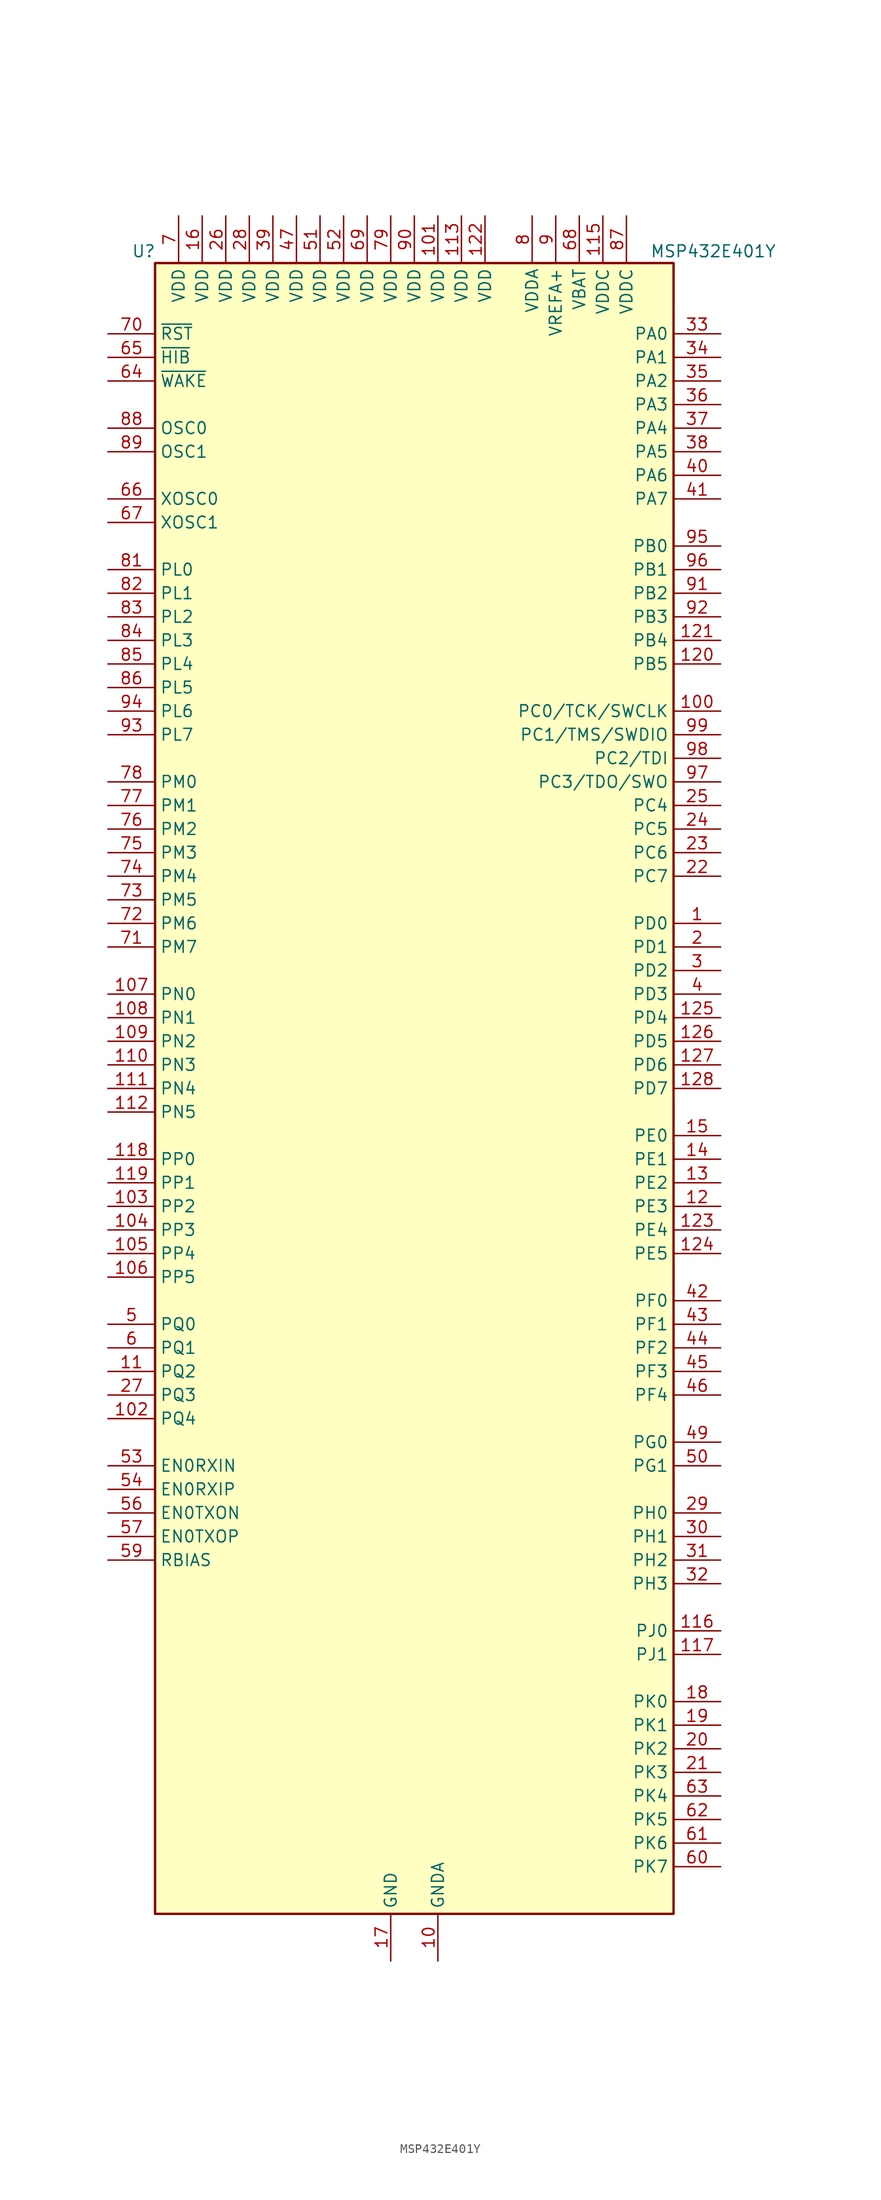
<source format=kicad_sym>
(kicad_symbol_lib
  (version 20201005)
  (generator kicad_symbol_editor)
  (symbol "MSP432E401Y"
    (property "Reference" "U"
      (at -30.48 90.17 0)
      (effects (font (size 1.27 1.27)) (justify left)))
    (property "Value" "MSP432E401Y"
      (at 25.4 90.17 0)
      (effects (font (size 1.27 1.27)) (justify left)))
    (symbol "MSP432E401Y_1_1"
      (rectangle (start -27.94 -88.9) (end 27.94 88.9) (stroke (width 0.254)) (fill (type background)))
      (pin bidirectional line (at 33.02 17.78 180) (length 5.08) (name "PD0" (effects (font (size 1.27 1.27)))) (number "1" (effects (font (size 1.27 1.27)))))
      (pin power_in line (at 2.54 -93.98 90) (length 5.08) (name "GNDA" (effects (font (size 1.27 1.27)))) (number "10" (effects (font (size 1.27 1.27)))))
      (pin bidirectional line (at 33.02 40.64 180) (length 5.08) (name "PC0/TCK/SWCLK" (effects (font (size 1.27 1.27)))) (number "100" (effects (font (size 1.27 1.27)))))
      (pin power_in line (at 2.54 93.98 270) (length 5.08) (name "VDD" (effects (font (size 1.27 1.27)))) (number "101" (effects (font (size 1.27 1.27)))))
      (pin bidirectional line (at -33.02 -35.56 0) (length 5.08) (name "PQ4" (effects (font (size 1.27 1.27)))) (number "102" (effects (font (size 1.27 1.27)))))
      (pin bidirectional line (at -33.02 -12.7 0) (length 5.08) (name "PP2" (effects (font (size 1.27 1.27)))) (number "103" (effects (font (size 1.27 1.27)))))
      (pin bidirectional line (at -33.02 -15.24 0) (length 5.08) (name "PP3" (effects (font (size 1.27 1.27)))) (number "104" (effects (font (size 1.27 1.27)))))
      (pin bidirectional line (at -33.02 -17.78 0) (length 5.08) (name "PP4" (effects (font (size 1.27 1.27)))) (number "105" (effects (font (size 1.27 1.27)))))
      (pin bidirectional line (at -33.02 -20.32 0) (length 5.08) (name "PP5" (effects (font (size 1.27 1.27)))) (number "106" (effects (font (size 1.27 1.27)))))
      (pin bidirectional line (at -33.02 10.16 0) (length 5.08) (name "PN0" (effects (font (size 1.27 1.27)))) (number "107" (effects (font (size 1.27 1.27)))))
      (pin bidirectional line (at -33.02 7.62 0) (length 5.08) (name "PN1" (effects (font (size 1.27 1.27)))) (number "108" (effects (font (size 1.27 1.27)))))
      (pin bidirectional line (at -33.02 5.08 0) (length 5.08) (name "PN2" (effects (font (size 1.27 1.27)))) (number "109" (effects (font (size 1.27 1.27)))))
      (pin bidirectional line (at -33.02 -30.48 0) (length 5.08) (name "PQ2" (effects (font (size 1.27 1.27)))) (number "11" (effects (font (size 1.27 1.27)))))
      (pin bidirectional line (at -33.02 2.54 0) (length 5.08) (name "PN3" (effects (font (size 1.27 1.27)))) (number "110" (effects (font (size 1.27 1.27)))))
      (pin bidirectional line (at -33.02 0 0) (length 5.08) (name "PN4" (effects (font (size 1.27 1.27)))) (number "111" (effects (font (size 1.27 1.27)))))
      (pin bidirectional line (at -33.02 -2.54 0) (length 5.08) (name "PN5" (effects (font (size 1.27 1.27)))) (number "112" (effects (font (size 1.27 1.27)))))
      (pin power_in line (at 5.08 93.98 270) (length 5.08) (name "VDD" (effects (font (size 1.27 1.27)))) (number "113" (effects (font (size 1.27 1.27)))))
      (pin passive line (at -2.54 -93.98 90) (length 5.08) hide (name "GND" (effects (font (size 1.27 1.27)))) (number "114" (effects (font (size 1.27 1.27)))))
      (pin power_in line (at 20.32 93.98 270) (length 5.08) (name "VDDC" (effects (font (size 1.27 1.27)))) (number "115" (effects (font (size 1.27 1.27)))))
      (pin bidirectional line (at 33.02 -58.42 180) (length 5.08) (name "PJ0" (effects (font (size 1.27 1.27)))) (number "116" (effects (font (size 1.27 1.27)))))
      (pin bidirectional line (at 33.02 -60.96 180) (length 5.08) (name "PJ1" (effects (font (size 1.27 1.27)))) (number "117" (effects (font (size 1.27 1.27)))))
      (pin bidirectional line (at -33.02 -7.62 0) (length 5.08) (name "PP0" (effects (font (size 1.27 1.27)))) (number "118" (effects (font (size 1.27 1.27)))))
      (pin bidirectional line (at -33.02 -10.16 0) (length 5.08) (name "PP1" (effects (font (size 1.27 1.27)))) (number "119" (effects (font (size 1.27 1.27)))))
      (pin bidirectional line (at 33.02 -12.7 180) (length 5.08) (name "PE3" (effects (font (size 1.27 1.27)))) (number "12" (effects (font (size 1.27 1.27)))))
      (pin bidirectional line (at 33.02 45.72 180) (length 5.08) (name "PB5" (effects (font (size 1.27 1.27)))) (number "120" (effects (font (size 1.27 1.27)))))
      (pin bidirectional line (at 33.02 48.26 180) (length 5.08) (name "PB4" (effects (font (size 1.27 1.27)))) (number "121" (effects (font (size 1.27 1.27)))))
      (pin power_in line (at 7.62 93.98 270) (length 5.08) (name "VDD" (effects (font (size 1.27 1.27)))) (number "122" (effects (font (size 1.27 1.27)))))
      (pin bidirectional line (at 33.02 -15.24 180) (length 5.08) (name "PE4" (effects (font (size 1.27 1.27)))) (number "123" (effects (font (size 1.27 1.27)))))
      (pin bidirectional line (at 33.02 -17.78 180) (length 5.08) (name "PE5" (effects (font (size 1.27 1.27)))) (number "124" (effects (font (size 1.27 1.27)))))
      (pin bidirectional line (at 33.02 7.62 180) (length 5.08) (name "PD4" (effects (font (size 1.27 1.27)))) (number "125" (effects (font (size 1.27 1.27)))))
      (pin bidirectional line (at 33.02 5.08 180) (length 5.08) (name "PD5" (effects (font (size 1.27 1.27)))) (number "126" (effects (font (size 1.27 1.27)))))
      (pin bidirectional line (at 33.02 2.54 180) (length 5.08) (name "PD6" (effects (font (size 1.27 1.27)))) (number "127" (effects (font (size 1.27 1.27)))))
      (pin bidirectional line (at 33.02 0 180) (length 5.08) (name "PD7" (effects (font (size 1.27 1.27)))) (number "128" (effects (font (size 1.27 1.27)))))
      (pin bidirectional line (at 33.02 -10.16 180) (length 5.08) (name "PE2" (effects (font (size 1.27 1.27)))) (number "13" (effects (font (size 1.27 1.27)))))
      (pin bidirectional line (at 33.02 -7.62 180) (length 5.08) (name "PE1" (effects (font (size 1.27 1.27)))) (number "14" (effects (font (size 1.27 1.27)))))
      (pin bidirectional line (at 33.02 -5.08 180) (length 5.08) (name "PE0" (effects (font (size 1.27 1.27)))) (number "15" (effects (font (size 1.27 1.27)))))
      (pin power_in line (at -22.86 93.98 270) (length 5.08) (name "VDD" (effects (font (size 1.27 1.27)))) (number "16" (effects (font (size 1.27 1.27)))))
      (pin power_in line (at -2.54 -93.98 90) (length 5.08) (name "GND" (effects (font (size 1.27 1.27)))) (number "17" (effects (font (size 1.27 1.27)))))
      (pin bidirectional line (at 33.02 -66.04 180) (length 5.08) (name "PK0" (effects (font (size 1.27 1.27)))) (number "18" (effects (font (size 1.27 1.27)))))
      (pin bidirectional line (at 33.02 -68.58 180) (length 5.08) (name "PK1" (effects (font (size 1.27 1.27)))) (number "19" (effects (font (size 1.27 1.27)))))
      (pin bidirectional line (at 33.02 15.24 180) (length 5.08) (name "PD1" (effects (font (size 1.27 1.27)))) (number "2" (effects (font (size 1.27 1.27)))))
      (pin bidirectional line (at 33.02 -71.12 180) (length 5.08) (name "PK2" (effects (font (size 1.27 1.27)))) (number "20" (effects (font (size 1.27 1.27)))))
      (pin bidirectional line (at 33.02 -73.66 180) (length 5.08) (name "PK3" (effects (font (size 1.27 1.27)))) (number "21" (effects (font (size 1.27 1.27)))))
      (pin bidirectional line (at 33.02 22.86 180) (length 5.08) (name "PC7" (effects (font (size 1.27 1.27)))) (number "22" (effects (font (size 1.27 1.27)))))
      (pin bidirectional line (at 33.02 25.4 180) (length 5.08) (name "PC6" (effects (font (size 1.27 1.27)))) (number "23" (effects (font (size 1.27 1.27)))))
      (pin bidirectional line (at 33.02 27.94 180) (length 5.08) (name "PC5" (effects (font (size 1.27 1.27)))) (number "24" (effects (font (size 1.27 1.27)))))
      (pin bidirectional line (at 33.02 30.48 180) (length 5.08) (name "PC4" (effects (font (size 1.27 1.27)))) (number "25" (effects (font (size 1.27 1.27)))))
      (pin power_in line (at -20.32 93.98 270) (length 5.08) (name "VDD" (effects (font (size 1.27 1.27)))) (number "26" (effects (font (size 1.27 1.27)))))
      (pin bidirectional line (at -33.02 -33.02 0) (length 5.08) (name "PQ3" (effects (font (size 1.27 1.27)))) (number "27" (effects (font (size 1.27 1.27)))))
      (pin power_in line (at -17.78 93.98 270) (length 5.08) (name "VDD" (effects (font (size 1.27 1.27)))) (number "28" (effects (font (size 1.27 1.27)))))
      (pin bidirectional line (at 33.02 -45.72 180) (length 5.08) (name "PH0" (effects (font (size 1.27 1.27)))) (number "29" (effects (font (size 1.27 1.27)))))
      (pin bidirectional line (at 33.02 12.7 180) (length 5.08) (name "PD2" (effects (font (size 1.27 1.27)))) (number "3" (effects (font (size 1.27 1.27)))))
      (pin bidirectional line (at 33.02 -48.26 180) (length 5.08) (name "PH1" (effects (font (size 1.27 1.27)))) (number "30" (effects (font (size 1.27 1.27)))))
      (pin bidirectional line (at 33.02 -50.8 180) (length 5.08) (name "PH2" (effects (font (size 1.27 1.27)))) (number "31" (effects (font (size 1.27 1.27)))))
      (pin bidirectional line (at 33.02 -53.34 180) (length 5.08) (name "PH3" (effects (font (size 1.27 1.27)))) (number "32" (effects (font (size 1.27 1.27)))))
      (pin bidirectional line (at 33.02 81.28 180) (length 5.08) (name "PA0" (effects (font (size 1.27 1.27)))) (number "33" (effects (font (size 1.27 1.27)))))
      (pin bidirectional line (at 33.02 78.74 180) (length 5.08) (name "PA1" (effects (font (size 1.27 1.27)))) (number "34" (effects (font (size 1.27 1.27)))))
      (pin bidirectional line (at 33.02 76.2 180) (length 5.08) (name "PA2" (effects (font (size 1.27 1.27)))) (number "35" (effects (font (size 1.27 1.27)))))
      (pin bidirectional line (at 33.02 73.66 180) (length 5.08) (name "PA3" (effects (font (size 1.27 1.27)))) (number "36" (effects (font (size 1.27 1.27)))))
      (pin bidirectional line (at 33.02 71.12 180) (length 5.08) (name "PA4" (effects (font (size 1.27 1.27)))) (number "37" (effects (font (size 1.27 1.27)))))
      (pin bidirectional line (at 33.02 68.58 180) (length 5.08) (name "PA5" (effects (font (size 1.27 1.27)))) (number "38" (effects (font (size 1.27 1.27)))))
      (pin power_in line (at -15.24 93.98 270) (length 5.08) (name "VDD" (effects (font (size 1.27 1.27)))) (number "39" (effects (font (size 1.27 1.27)))))
      (pin bidirectional line (at 33.02 10.16 180) (length 5.08) (name "PD3" (effects (font (size 1.27 1.27)))) (number "4" (effects (font (size 1.27 1.27)))))
      (pin bidirectional line (at 33.02 66.04 180) (length 5.08) (name "PA6" (effects (font (size 1.27 1.27)))) (number "40" (effects (font (size 1.27 1.27)))))
      (pin bidirectional line (at 33.02 63.5 180) (length 5.08) (name "PA7" (effects (font (size 1.27 1.27)))) (number "41" (effects (font (size 1.27 1.27)))))
      (pin bidirectional line (at 33.02 -22.86 180) (length 5.08) (name "PF0" (effects (font (size 1.27 1.27)))) (number "42" (effects (font (size 1.27 1.27)))))
      (pin bidirectional line (at 33.02 -25.4 180) (length 5.08) (name "PF1" (effects (font (size 1.27 1.27)))) (number "43" (effects (font (size 1.27 1.27)))))
      (pin bidirectional line (at 33.02 -27.94 180) (length 5.08) (name "PF2" (effects (font (size 1.27 1.27)))) (number "44" (effects (font (size 1.27 1.27)))))
      (pin bidirectional line (at 33.02 -30.48 180) (length 5.08) (name "PF3" (effects (font (size 1.27 1.27)))) (number "45" (effects (font (size 1.27 1.27)))))
      (pin bidirectional line (at 33.02 -33.02 180) (length 5.08) (name "PF4" (effects (font (size 1.27 1.27)))) (number "46" (effects (font (size 1.27 1.27)))))
      (pin power_in line (at -12.7 93.98 270) (length 5.08) (name "VDD" (effects (font (size 1.27 1.27)))) (number "47" (effects (font (size 1.27 1.27)))))
      (pin passive line (at -2.54 -93.98 90) (length 5.08) hide (name "GND" (effects (font (size 1.27 1.27)))) (number "48" (effects (font (size 1.27 1.27)))))
      (pin bidirectional line (at 33.02 -38.1 180) (length 5.08) (name "PG0" (effects (font (size 1.27 1.27)))) (number "49" (effects (font (size 1.27 1.27)))))
      (pin bidirectional line (at -33.02 -25.4 0) (length 5.08) (name "PQ0" (effects (font (size 1.27 1.27)))) (number "5" (effects (font (size 1.27 1.27)))))
      (pin bidirectional line (at 33.02 -40.64 180) (length 5.08) (name "PG1" (effects (font (size 1.27 1.27)))) (number "50" (effects (font (size 1.27 1.27)))))
      (pin power_in line (at -10.16 93.98 270) (length 5.08) (name "VDD" (effects (font (size 1.27 1.27)))) (number "51" (effects (font (size 1.27 1.27)))))
      (pin power_in line (at -7.62 93.98 270) (length 5.08) (name "VDD" (effects (font (size 1.27 1.27)))) (number "52" (effects (font (size 1.27 1.27)))))
      (pin bidirectional line (at -33.02 -40.64 0) (length 5.08) (name "EN0RXIN" (effects (font (size 1.27 1.27)))) (number "53" (effects (font (size 1.27 1.27)))))
      (pin bidirectional line (at -33.02 -43.18 0) (length 5.08) (name "EN0RXIP" (effects (font (size 1.27 1.27)))) (number "54" (effects (font (size 1.27 1.27)))))
      (pin passive line (at -2.54 -93.98 90) (length 5.08) hide (name "GND" (effects (font (size 1.27 1.27)))) (number "55" (effects (font (size 1.27 1.27)))))
      (pin bidirectional line (at -33.02 -45.72 0) (length 5.08) (name "EN0TXON" (effects (font (size 1.27 1.27)))) (number "56" (effects (font (size 1.27 1.27)))))
      (pin bidirectional line (at -33.02 -48.26 0) (length 5.08) (name "EN0TXOP" (effects (font (size 1.27 1.27)))) (number "57" (effects (font (size 1.27 1.27)))))
      (pin passive line (at -2.54 -93.98 90) (length 5.08) hide (name "GND" (effects (font (size 1.27 1.27)))) (number "58" (effects (font (size 1.27 1.27)))))
      (pin passive line (at -33.02 -50.8 0) (length 5.08) (name "RBIAS" (effects (font (size 1.27 1.27)))) (number "59" (effects (font (size 1.27 1.27)))))
      (pin bidirectional line (at -33.02 -27.94 0) (length 5.08) (name "PQ1" (effects (font (size 1.27 1.27)))) (number "6" (effects (font (size 1.27 1.27)))))
      (pin bidirectional line (at 33.02 -83.82 180) (length 5.08) (name "PK7" (effects (font (size 1.27 1.27)))) (number "60" (effects (font (size 1.27 1.27)))))
      (pin bidirectional line (at 33.02 -81.28 180) (length 5.08) (name "PK6" (effects (font (size 1.27 1.27)))) (number "61" (effects (font (size 1.27 1.27)))))
      (pin bidirectional line (at 33.02 -78.74 180) (length 5.08) (name "PK5" (effects (font (size 1.27 1.27)))) (number "62" (effects (font (size 1.27 1.27)))))
      (pin bidirectional line (at 33.02 -76.2 180) (length 5.08) (name "PK4" (effects (font (size 1.27 1.27)))) (number "63" (effects (font (size 1.27 1.27)))))
      (pin input line (at -33.02 76.2 0) (length 5.08) (name "~WAKE" (effects (font (size 1.27 1.27)))) (number "64" (effects (font (size 1.27 1.27)))))
      (pin output line (at -33.02 78.74 0) (length 5.08) (name "~HIB" (effects (font (size 1.27 1.27)))) (number "65" (effects (font (size 1.27 1.27)))))
      (pin input line (at -33.02 63.5 0) (length 5.08) (name "XOSC0" (effects (font (size 1.27 1.27)))) (number "66" (effects (font (size 1.27 1.27)))))
      (pin output line (at -33.02 60.96 0) (length 5.08) (name "XOSC1" (effects (font (size 1.27 1.27)))) (number "67" (effects (font (size 1.27 1.27)))))
      (pin power_in line (at 17.78 93.98 270) (length 5.08) (name "VBAT" (effects (font (size 1.27 1.27)))) (number "68" (effects (font (size 1.27 1.27)))))
      (pin power_in line (at -5.08 93.98 270) (length 5.08) (name "VDD" (effects (font (size 1.27 1.27)))) (number "69" (effects (font (size 1.27 1.27)))))
      (pin power_in line (at -25.4 93.98 270) (length 5.08) (name "VDD" (effects (font (size 1.27 1.27)))) (number "7" (effects (font (size 1.27 1.27)))))
      (pin input line (at -33.02 81.28 0) (length 5.08) (name "~RST" (effects (font (size 1.27 1.27)))) (number "70" (effects (font (size 1.27 1.27)))))
      (pin bidirectional line (at -33.02 15.24 0) (length 5.08) (name "PM7" (effects (font (size 1.27 1.27)))) (number "71" (effects (font (size 1.27 1.27)))))
      (pin bidirectional line (at -33.02 17.78 0) (length 5.08) (name "PM6" (effects (font (size 1.27 1.27)))) (number "72" (effects (font (size 1.27 1.27)))))
      (pin bidirectional line (at -33.02 20.32 0) (length 5.08) (name "PM5" (effects (font (size 1.27 1.27)))) (number "73" (effects (font (size 1.27 1.27)))))
      (pin bidirectional line (at -33.02 22.86 0) (length 5.08) (name "PM4" (effects (font (size 1.27 1.27)))) (number "74" (effects (font (size 1.27 1.27)))))
      (pin bidirectional line (at -33.02 25.4 0) (length 5.08) (name "PM3" (effects (font (size 1.27 1.27)))) (number "75" (effects (font (size 1.27 1.27)))))
      (pin bidirectional line (at -33.02 27.94 0) (length 5.08) (name "PM2" (effects (font (size 1.27 1.27)))) (number "76" (effects (font (size 1.27 1.27)))))
      (pin bidirectional line (at -33.02 30.48 0) (length 5.08) (name "PM1" (effects (font (size 1.27 1.27)))) (number "77" (effects (font (size 1.27 1.27)))))
      (pin bidirectional line (at -33.02 33.02 0) (length 5.08) (name "PM0" (effects (font (size 1.27 1.27)))) (number "78" (effects (font (size 1.27 1.27)))))
      (pin power_in line (at -2.54 93.98 270) (length 5.08) (name "VDD" (effects (font (size 1.27 1.27)))) (number "79" (effects (font (size 1.27 1.27)))))
      (pin power_in line (at 12.7 93.98 270) (length 5.08) (name "VDDA" (effects (font (size 1.27 1.27)))) (number "8" (effects (font (size 1.27 1.27)))))
      (pin passive line (at -2.54 -93.98 90) (length 5.08) hide (name "GND" (effects (font (size 1.27 1.27)))) (number "80" (effects (font (size 1.27 1.27)))))
      (pin bidirectional line (at -33.02 55.88 0) (length 5.08) (name "PL0" (effects (font (size 1.27 1.27)))) (number "81" (effects (font (size 1.27 1.27)))))
      (pin bidirectional line (at -33.02 53.34 0) (length 5.08) (name "PL1" (effects (font (size 1.27 1.27)))) (number "82" (effects (font (size 1.27 1.27)))))
      (pin bidirectional line (at -33.02 50.8 0) (length 5.08) (name "PL2" (effects (font (size 1.27 1.27)))) (number "83" (effects (font (size 1.27 1.27)))))
      (pin bidirectional line (at -33.02 48.26 0) (length 5.08) (name "PL3" (effects (font (size 1.27 1.27)))) (number "84" (effects (font (size 1.27 1.27)))))
      (pin bidirectional line (at -33.02 45.72 0) (length 5.08) (name "PL4" (effects (font (size 1.27 1.27)))) (number "85" (effects (font (size 1.27 1.27)))))
      (pin bidirectional line (at -33.02 43.18 0) (length 5.08) (name "PL5" (effects (font (size 1.27 1.27)))) (number "86" (effects (font (size 1.27 1.27)))))
      (pin power_in line (at 22.86 93.98 270) (length 5.08) (name "VDDC" (effects (font (size 1.27 1.27)))) (number "87" (effects (font (size 1.27 1.27)))))
      (pin input line (at -33.02 71.12 0) (length 5.08) (name "OSC0" (effects (font (size 1.27 1.27)))) (number "88" (effects (font (size 1.27 1.27)))))
      (pin output line (at -33.02 68.58 0) (length 5.08) (name "OSC1" (effects (font (size 1.27 1.27)))) (number "89" (effects (font (size 1.27 1.27)))))
      (pin power_in line (at 15.24 93.98 270) (length 5.08) (name "VREFA+" (effects (font (size 1.27 1.27)))) (number "9" (effects (font (size 1.27 1.27)))))
      (pin power_in line (at 0 93.98 270) (length 5.08) (name "VDD" (effects (font (size 1.27 1.27)))) (number "90" (effects (font (size 1.27 1.27)))))
      (pin bidirectional line (at 33.02 53.34 180) (length 5.08) (name "PB2" (effects (font (size 1.27 1.27)))) (number "91" (effects (font (size 1.27 1.27)))))
      (pin bidirectional line (at 33.02 50.8 180) (length 5.08) (name "PB3" (effects (font (size 1.27 1.27)))) (number "92" (effects (font (size 1.27 1.27)))))
      (pin bidirectional line (at -33.02 38.1 0) (length 5.08) (name "PL7" (effects (font (size 1.27 1.27)))) (number "93" (effects (font (size 1.27 1.27)))))
      (pin bidirectional line (at -33.02 40.64 0) (length 5.08) (name "PL6" (effects (font (size 1.27 1.27)))) (number "94" (effects (font (size 1.27 1.27)))))
      (pin bidirectional line (at 33.02 58.42 180) (length 5.08) (name "PB0" (effects (font (size 1.27 1.27)))) (number "95" (effects (font (size 1.27 1.27)))))
      (pin bidirectional line (at 33.02 55.88 180) (length 5.08) (name "PB1" (effects (font (size 1.27 1.27)))) (number "96" (effects (font (size 1.27 1.27)))))
      (pin bidirectional line (at 33.02 33.02 180) (length 5.08) (name "PC3/TDO/SWO" (effects (font (size 1.27 1.27)))) (number "97" (effects (font (size 1.27 1.27)))))
      (pin bidirectional line (at 33.02 35.56 180) (length 5.08) (name "PC2/TDI" (effects (font (size 1.27 1.27)))) (number "98" (effects (font (size 1.27 1.27)))))
      (pin bidirectional line (at 33.02 38.1 180) (length 5.08) (name "PC1/TMS/SWDIO" (effects (font (size 1.27 1.27)))) (number "99" (effects (font (size 1.27 1.27))))))))
</source>
